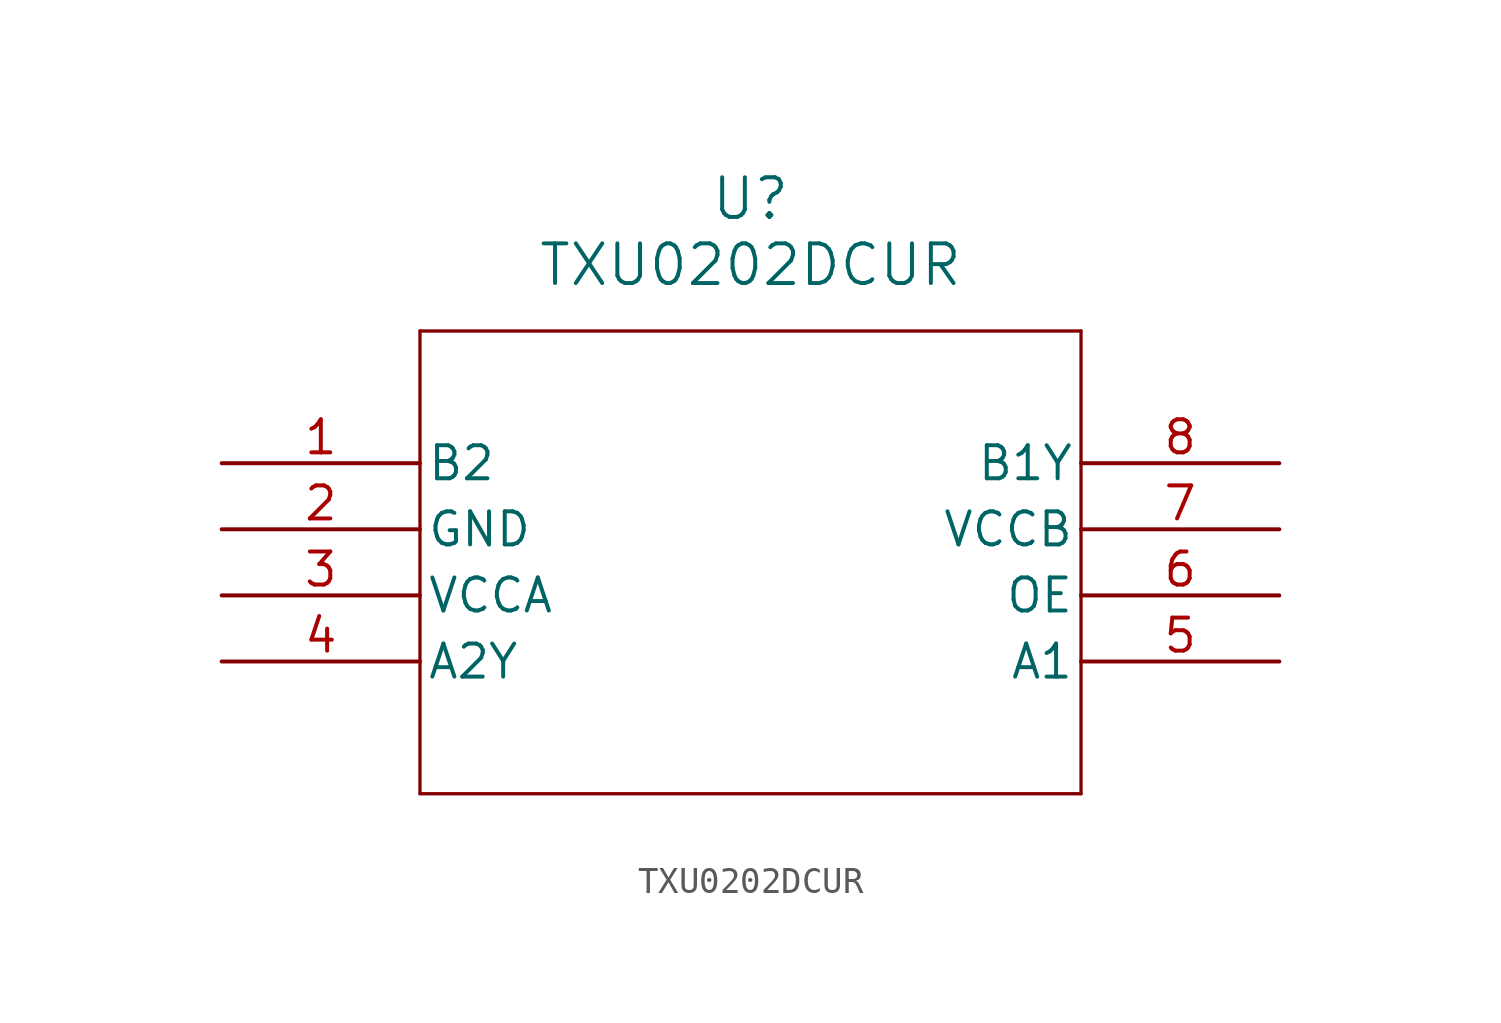
<source format=kicad_sym>
(kicad_symbol_lib
  (version 20211014)
  (generator kicad_symbol_editor)
  (symbol "TXU0202DCUR"
    (pin_names
      (offset 0.254))
    (property "Reference" "U"
      (at 20.32 10.16 0)
      (effects (font (size 1.524 1.524))))
    (property "Value" "TXU0202DCUR"
      (at 20.32 7.62 0)
      (effects (font (size 1.524 1.524))))
    (symbol "TXU0202DCUR_0_1"
      (polyline (pts (xy 7.62 5.08) (xy 7.62 -12.7)) (stroke (width 0.127) (type default) (color 0 0 0 0)) (fill (type none)))
      (polyline (pts (xy 7.62 -12.7) (xy 33.02 -12.7)) (stroke (width 0.127) (type default) (color 0 0 0 0)) (fill (type none)))
      (polyline (pts (xy 33.02 -12.7) (xy 33.02 5.08)) (stroke (width 0.127) (type default) (color 0 0 0 0)) (fill (type none)))
      (polyline (pts (xy 33.02 5.08) (xy 7.62 5.08)) (stroke (width 0.127) (type default) (color 0 0 0 0)) (fill (type none)))
      (pin input line (at 0 0 0) (length 7.62) (name "B2" (effects (font (size 1.27 1.27)))) (number "1" (effects (font (size 1.27 1.27)))))
      (pin power_out line (at 0 -2.54 0) (length 7.62) (name "GND" (effects (font (size 1.27 1.27)))) (number "2" (effects (font (size 1.27 1.27)))))
      (pin power_in line (at 0 -5.08 0) (length 7.62) (name "VCCA" (effects (font (size 1.27 1.27)))) (number "3" (effects (font (size 1.27 1.27)))))
      (pin output line (at 0 -7.62 0) (length 7.62) (name "A2Y" (effects (font (size 1.27 1.27)))) (number "4" (effects (font (size 1.27 1.27)))))
      (pin input line (at 40.64 -7.62 180) (length 7.62) (name "A1" (effects (font (size 1.27 1.27)))) (number "5" (effects (font (size 1.27 1.27)))))
      (pin input line (at 40.64 -5.08 180) (length 7.62) (name "OE" (effects (font (size 1.27 1.27)))) (number "6" (effects (font (size 1.27 1.27)))))
      (pin power_in line (at 40.64 -2.54 180) (length 7.62) (name "VCCB" (effects (font (size 1.27 1.27)))) (number "7" (effects (font (size 1.27 1.27)))))
      (pin output line (at 40.64 0 180) (length 7.62) (name "B1Y" (effects (font (size 1.27 1.27)))) (number "8" (effects (font (size 1.27 1.27))))))))
</source>
